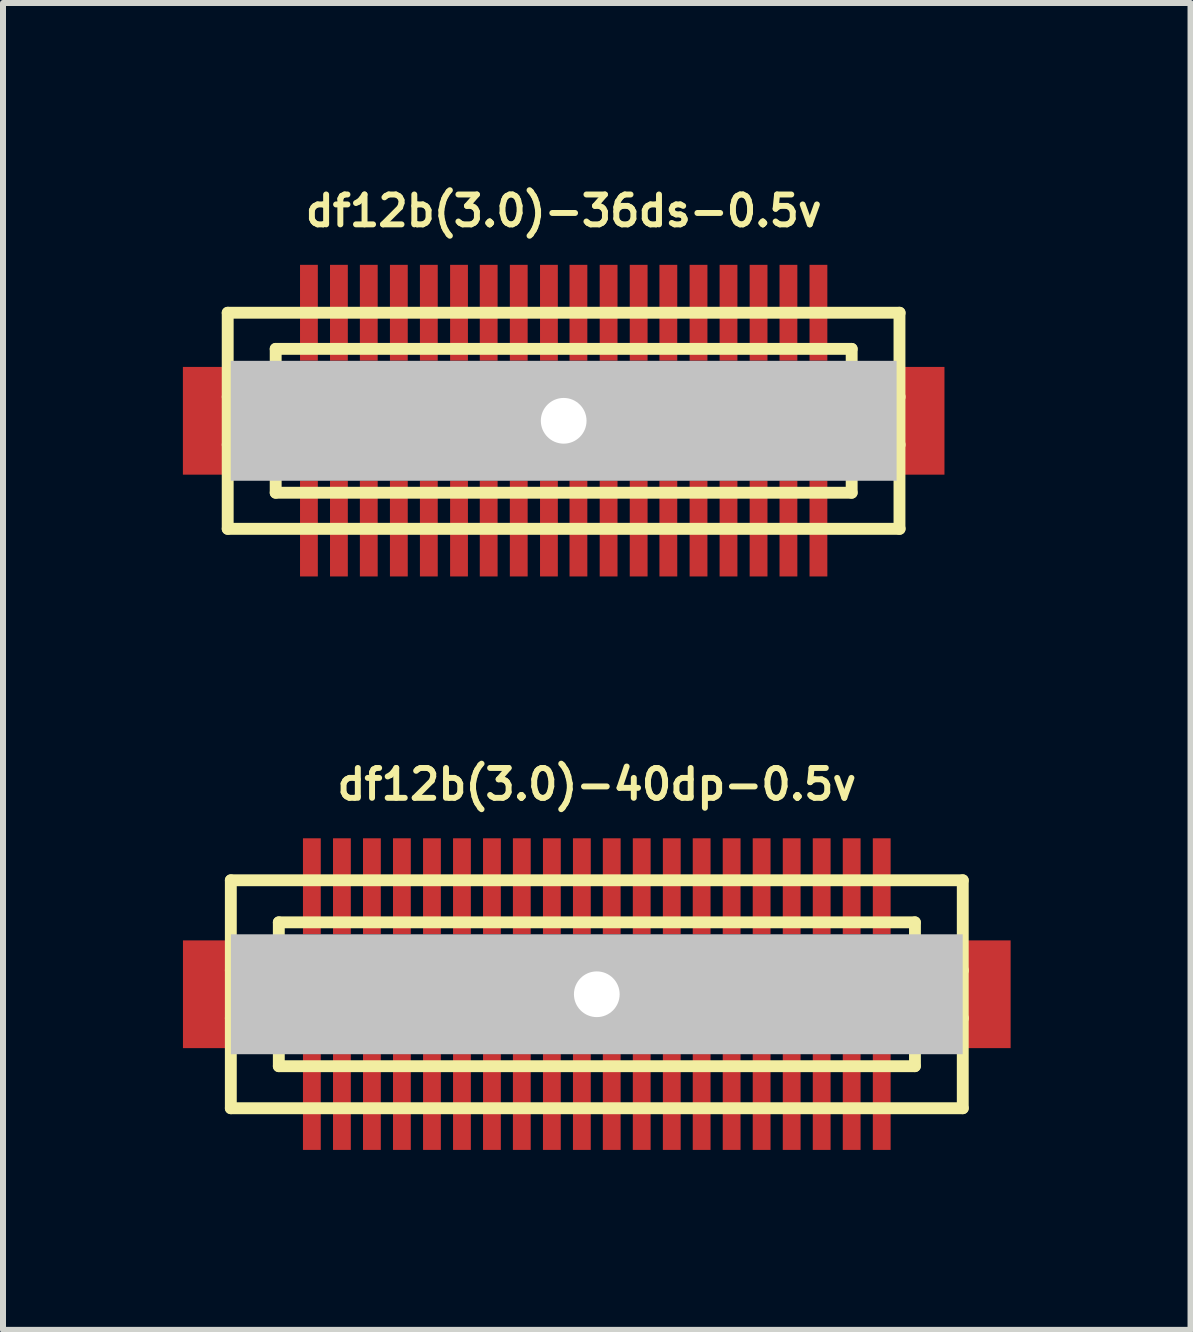
<source format=kicad_pcb>
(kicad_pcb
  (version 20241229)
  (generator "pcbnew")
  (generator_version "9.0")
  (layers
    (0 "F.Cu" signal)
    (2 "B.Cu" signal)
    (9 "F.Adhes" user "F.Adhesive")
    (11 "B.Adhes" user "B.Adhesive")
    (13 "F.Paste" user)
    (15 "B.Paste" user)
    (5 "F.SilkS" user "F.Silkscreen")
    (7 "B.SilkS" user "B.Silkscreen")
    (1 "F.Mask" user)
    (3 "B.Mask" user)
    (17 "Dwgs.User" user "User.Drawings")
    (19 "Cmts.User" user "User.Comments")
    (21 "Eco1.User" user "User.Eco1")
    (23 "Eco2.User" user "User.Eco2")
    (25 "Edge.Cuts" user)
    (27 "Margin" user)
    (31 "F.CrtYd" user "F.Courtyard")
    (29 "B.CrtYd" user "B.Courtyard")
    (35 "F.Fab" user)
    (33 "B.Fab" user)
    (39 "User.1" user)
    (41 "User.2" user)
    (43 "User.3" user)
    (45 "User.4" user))
  (footprint "df12b(3.0)-40dp-0.5v"
    (layer "F.Cu")
    (at 6.899 13.525)
    (property "Reference" "df12b(3.0)-40dp-0.5v" (at 0 -3.5 0) (layer "F.SilkS") (effects (font (size 0.498 0.498) (thickness 0.099))))
    (attr through_hole)
    (fp_line (start -6.101 -1.9) (end -6.101 1.9) (stroke (width 0.198) (type solid)) (layer "F.SilkS"))
    (fp_line (start -6.101 1.9) (end 6.101 1.9) (stroke (width 0.198) (type solid)) (layer "F.SilkS"))
    (fp_line (start -5.301 -1.199) (end 5.301 -1.199) (stroke (width 0.198) (type solid)) (layer "F.SilkS"))
    (fp_line (start -5.301 -0.399) (end -6.101 -0.399) (stroke (width 0.198) (type solid)) (layer "F.SilkS"))
    (fp_line (start -5.301 0.399) (end -6.101 0.399) (stroke (width 0.198) (type solid)) (layer "F.SilkS"))
    (fp_line (start -5.301 1.199) (end -5.301 -1.199) (stroke (width 0.198) (type solid)) (layer "F.SilkS"))
    (fp_line (start 5.301 1.199) (end -5.301 1.199) (stroke (width 0.198) (type solid)) (layer "F.SilkS"))
    (fp_line (start 5.304 -1.199) (end 5.304 1.199) (stroke (width 0.198) (type solid)) (layer "F.SilkS"))
    (fp_line (start 5.304 -0.399) (end 6.104 -0.399) (stroke (width 0.198) (type solid)) (layer "F.SilkS"))
    (fp_line (start 6.101 -1.9) (end -6.101 -1.9) (stroke (width 0.198) (type solid)) (layer "F.SilkS"))
    (fp_line (start 6.101 1.9) (end 6.101 -1.9) (stroke (width 0.198) (type solid)) (layer "F.SilkS"))
    (fp_line (start 6.104 0.399) (end 5.304 0.399) (stroke (width 0.198) (type solid)) (layer "F.SilkS"))
    (pad "" smd rect (at -6.5 0) (size 0.798 1.796) (layers "F.Cu" "F.Mask" "F.Paste"))
    (pad "" np_thru_hole rect (at 0 0) (size 12.2 1.999) (drill 0.762) (layers "Dwgs.User"))
    (pad "" smd rect (at 6.5 0) (size 0.798 1.796) (layers "F.Cu" "F.Mask" "F.Paste"))
    (pad "1" smd rect (at 4.75 1.796) (size 0.297 1.598) (layers "F.Cu" "F.Mask" "F.Paste"))
    (pad "2" smd rect (at 4.249 1.796) (size 0.297 1.598) (layers "F.Cu" "F.Mask" "F.Paste"))
    (pad "3" smd rect (at 3.749 1.796) (size 0.297 1.598) (layers "F.Cu" "F.Mask" "F.Paste"))
    (pad "4" smd rect (at 3.249 1.796) (size 0.297 1.598) (layers "F.Cu" "F.Mask" "F.Paste"))
    (pad "5" smd rect (at 2.748 1.796) (size 0.297 1.598) (layers "F.Cu" "F.Mask" "F.Paste"))
    (pad "6" smd rect (at 2.248 1.796) (size 0.297 1.598) (layers "F.Cu" "F.Mask" "F.Paste"))
    (pad "7" smd rect (at 1.748 1.796) (size 0.297 1.598) (layers "F.Cu" "F.Mask" "F.Paste"))
    (pad "8" smd rect (at 1.25 1.796) (size 0.297 1.598) (layers "F.Cu" "F.Mask" "F.Paste"))
    (pad "9" smd rect (at 0.749 1.796) (size 0.297 1.598) (layers "F.Cu" "F.Mask" "F.Paste"))
    (pad "10" smd rect (at 0.249 1.796) (size 0.297 1.598) (layers "F.Cu" "F.Mask" "F.Paste"))
    (pad "11" smd rect (at -0.249 1.796) (size 0.297 1.598) (layers "F.Cu" "F.Mask" "F.Paste"))
    (pad "12" smd rect (at -0.749 1.796) (size 0.297 1.598) (layers "F.Cu" "F.Mask" "F.Paste"))
    (pad "13" smd rect (at -1.25 1.796) (size 0.297 1.598) (layers "F.Cu" "F.Mask" "F.Paste"))
    (pad "14" smd rect (at -1.748 1.796) (size 0.297 1.598) (layers "F.Cu" "F.Mask" "F.Paste"))
    (pad "15" smd rect (at -2.248 1.796) (size 0.297 1.598) (layers "F.Cu" "F.Mask" "F.Paste"))
    (pad "16" smd rect (at -2.748 1.796) (size 0.297 1.598) (layers "F.Cu" "F.Mask" "F.Paste"))
    (pad "17" smd rect (at -3.249 1.796) (size 0.297 1.598) (layers "F.Cu" "F.Mask" "F.Paste"))
    (pad "18" smd rect (at -3.749 1.796) (size 0.297 1.598) (layers "F.Cu" "F.Mask" "F.Paste"))
    (pad "19" smd rect (at -4.249 1.796) (size 0.297 1.598) (layers "F.Cu" "F.Mask" "F.Paste"))
    (pad "20" smd rect (at -4.75 1.796) (size 0.297 1.598) (layers "F.Cu" "F.Mask" "F.Paste"))
    (pad "21" smd rect (at -4.75 -1.801) (size 0.297 1.598) (layers "F.Cu" "F.Mask" "F.Paste"))
    (pad "22" smd rect (at -4.249 -1.801) (size 0.297 1.598) (layers "F.Cu" "F.Mask" "F.Paste"))
    (pad "23" smd rect (at -3.749 -1.801) (size 0.297 1.598) (layers "F.Cu" "F.Mask" "F.Paste"))
    (pad "24" smd rect (at -3.249 -1.801) (size 0.297 1.598) (layers "F.Cu" "F.Mask" "F.Paste"))
    (pad "25" smd rect (at -2.748 -1.801) (size 0.297 1.598) (layers "F.Cu" "F.Mask" "F.Paste"))
    (pad "26" smd rect (at -2.248 -1.801) (size 0.297 1.598) (layers "F.Cu" "F.Mask" "F.Paste"))
    (pad "27" smd rect (at -1.748 -1.801) (size 0.297 1.598) (layers "F.Cu" "F.Mask" "F.Paste"))
    (pad "28" smd rect (at -1.25 -1.801) (size 0.297 1.598) (layers "F.Cu" "F.Mask" "F.Paste"))
    (pad "29" smd rect (at -0.749 -1.801) (size 0.297 1.598) (layers "F.Cu" "F.Mask" "F.Paste"))
    (pad "30" smd rect (at -0.249 -1.801) (size 0.297 1.598) (layers "F.Cu" "F.Mask" "F.Paste"))
    (pad "31" smd rect (at 0.249 -1.801) (size 0.297 1.598) (layers "F.Cu" "F.Mask" "F.Paste"))
    (pad "32" smd rect (at 0.749 -1.801) (size 0.297 1.598) (layers "F.Cu" "F.Mask" "F.Paste"))
    (pad "33" smd rect (at 1.25 -1.801) (size 0.297 1.598) (layers "F.Cu" "F.Mask" "F.Paste"))
    (pad "34" smd rect (at 1.748 -1.801) (size 0.297 1.598) (layers "F.Cu" "F.Mask" "F.Paste"))
    (pad "35" smd rect (at 2.248 -1.801) (size 0.297 1.598) (layers "F.Cu" "F.Mask" "F.Paste"))
    (pad "36" smd rect (at 2.748 -1.801) (size 0.297 1.598) (layers "F.Cu" "F.Mask" "F.Paste"))
    (pad "37" smd rect (at 3.249 -1.801) (size 0.297 1.598) (layers "F.Cu" "F.Mask" "F.Paste"))
    (pad "38" smd rect (at 3.749 -1.801) (size 0.297 1.598) (layers "F.Cu" "F.Mask" "F.Paste"))
    (pad "39" smd rect (at 4.249 -1.801) (size 0.297 1.598) (layers "F.Cu" "F.Mask" "F.Paste"))
    (pad "40" smd rect (at 4.75 -1.801) (size 0.297 1.598) (layers "F.Cu" "F.Mask" "F.Paste")))
  (footprint "df12b(3.0)-36ds-0.5v"
    (layer "F.Cu")
    (at 6.347 3.965)
    (property "Reference" "df12b(3.0)-36ds-0.5v" (at 0 -3.5 0) (layer "F.SilkS") (effects (font (size 0.498 0.498) (thickness 0.099))))
    (attr through_hole)
    (fp_line (start -5.601 -1.801) (end 5.601 -1.801) (stroke (width 0.198) (type solid)) (layer "F.SilkS"))
    (fp_line (start -5.601 1.801) (end -5.601 -1.801) (stroke (width 0.198) (type solid)) (layer "F.SilkS"))
    (fp_line (start -5.601 1.801) (end 5.601 1.801) (stroke (width 0.198) (type solid)) (layer "F.SilkS"))
    (fp_line (start -4.801 -1.199) (end 4.801 -1.199) (stroke (width 0.198) (type solid)) (layer "F.SilkS"))
    (fp_line (start -4.801 -0.701) (end 4.801 -0.701) (stroke (width 0.198) (type solid)) (layer "F.SilkS"))
    (fp_line (start -4.801 -0.399) (end -5.601 -0.399) (stroke (width 0.198) (type solid)) (layer "F.SilkS"))
    (fp_line (start -4.801 0.399) (end -5.601 0.399) (stroke (width 0.198) (type solid)) (layer "F.SilkS"))
    (fp_line (start -4.801 0.701) (end 4.801 0.701) (stroke (width 0.198) (type solid)) (layer "F.SilkS"))
    (fp_line (start -4.801 1.199) (end -4.801 -1.199) (stroke (width 0.198) (type solid)) (layer "F.SilkS"))
    (fp_line (start -4.801 1.199) (end 4.801 1.199) (stroke (width 0.198) (type solid)) (layer "F.SilkS"))
    (fp_line (start 4.801 -1.199) (end 4.801 1.199) (stroke (width 0.198) (type solid)) (layer "F.SilkS"))
    (fp_line (start 4.801 -0.399) (end 5.601 -0.399) (stroke (width 0.198) (type solid)) (layer "F.SilkS"))
    (fp_line (start 5.598 -1.801) (end 5.598 1.801) (stroke (width 0.198) (type solid)) (layer "F.SilkS"))
    (fp_line (start 5.601 0.399) (end 4.801 0.399) (stroke (width 0.198) (type solid)) (layer "F.SilkS"))
    (pad "" smd rect (at -5.949 0) (size 0.798 1.796) (layers "F.Cu" "F.Mask" "F.Paste"))
    (pad "" np_thru_hole rect (at 0 0) (size 11.1 1.999) (drill 0.762) (layers "Dwgs.User"))
    (pad "" smd rect (at 5.949 0) (size 0.798 1.796) (layers "F.Cu" "F.Mask" "F.Paste"))
    (pad "1" smd rect (at -4.247 1.796) (size 0.297 1.598) (layers "F.Cu" "F.Mask" "F.Paste"))
    (pad "2" smd rect (at -3.747 1.796) (size 0.297 1.598) (layers "F.Cu" "F.Mask" "F.Paste"))
    (pad "3" smd rect (at -3.249 1.796) (size 0.297 1.598) (layers "F.Cu" "F.Mask" "F.Paste"))
    (pad "4" smd rect (at -2.748 1.796) (size 0.297 1.598) (layers "F.Cu" "F.Mask" "F.Paste"))
    (pad "5" smd rect (at -2.248 1.796) (size 0.297 1.598) (layers "F.Cu" "F.Mask" "F.Paste"))
    (pad "6" smd rect (at -1.745 1.796) (size 0.297 1.598) (layers "F.Cu" "F.Mask" "F.Paste"))
    (pad "7" smd rect (at -1.25 1.796) (size 0.297 1.598) (layers "F.Cu" "F.Mask" "F.Paste"))
    (pad "8" smd rect (at -0.749 1.796) (size 0.297 1.598) (layers "F.Cu" "F.Mask" "F.Paste"))
    (pad "9" smd rect (at -0.246 1.796) (size 0.297 1.598) (layers "F.Cu" "F.Mask" "F.Paste"))
    (pad "10" smd rect (at 0.246 1.796) (size 0.297 1.598) (layers "F.Cu" "F.Mask" "F.Paste"))
    (pad "11" smd rect (at 0.749 1.796) (size 0.297 1.598) (layers "F.Cu" "F.Mask" "F.Paste"))
    (pad "12" smd rect (at 1.25 1.796) (size 0.297 1.598) (layers "F.Cu" "F.Mask" "F.Paste"))
    (pad "13" smd rect (at 1.745 1.796) (size 0.297 1.598) (layers "F.Cu" "F.Mask" "F.Paste"))
    (pad "14" smd rect (at 2.248 1.796) (size 0.297 1.598) (layers "F.Cu" "F.Mask" "F.Paste"))
    (pad "15" smd rect (at 2.748 1.796) (size 0.297 1.598) (layers "F.Cu" "F.Mask" "F.Paste"))
    (pad "16" smd rect (at 3.249 1.796) (size 0.297 1.598) (layers "F.Cu" "F.Mask" "F.Paste"))
    (pad "17" smd rect (at 3.747 1.796) (size 0.297 1.598) (layers "F.Cu" "F.Mask" "F.Paste"))
    (pad "18" smd rect (at 4.247 1.796) (size 0.297 1.598) (layers "F.Cu" "F.Mask" "F.Paste"))
    (pad "19" smd rect (at 4.247 -1.801) (size 0.297 1.598) (layers "F.Cu" "F.Mask" "F.Paste"))
    (pad "20" smd rect (at 3.747 -1.801) (size 0.297 1.598) (layers "F.Cu" "F.Mask" "F.Paste"))
    (pad "21" smd rect (at 3.249 -1.801) (size 0.297 1.598) (layers "F.Cu" "F.Mask" "F.Paste"))
    (pad "22" smd rect (at 2.748 -1.801) (size 0.297 1.598) (layers "F.Cu" "F.Mask" "F.Paste"))
    (pad "23" smd rect (at 2.248 -1.801) (size 0.297 1.598) (layers "F.Cu" "F.Mask" "F.Paste"))
    (pad "24" smd rect (at 1.745 -1.801) (size 0.297 1.598) (layers "F.Cu" "F.Mask" "F.Paste"))
    (pad "25" smd rect (at 1.25 -1.801) (size 0.297 1.598) (layers "F.Cu" "F.Mask" "F.Paste"))
    (pad "26" smd rect (at 0.749 -1.801) (size 0.297 1.598) (layers "F.Cu" "F.Mask" "F.Paste"))
    (pad "27" smd rect (at 0.246 -1.801) (size 0.297 1.598) (layers "F.Cu" "F.Mask" "F.Paste"))
    (pad "28" smd rect (at -0.246 -1.801) (size 0.297 1.598) (layers "F.Cu" "F.Mask" "F.Paste"))
    (pad "29" smd rect (at -0.749 -1.801) (size 0.297 1.598) (layers "F.Cu" "F.Mask" "F.Paste"))
    (pad "30" smd rect (at -1.25 -1.801) (size 0.297 1.598) (layers "F.Cu" "F.Mask" "F.Paste"))
    (pad "31" smd rect (at -1.745 -1.801) (size 0.297 1.598) (layers "F.Cu" "F.Mask" "F.Paste"))
    (pad "32" smd rect (at -2.248 -1.801) (size 0.297 1.598) (layers "F.Cu" "F.Mask" "F.Paste"))
    (pad "33" smd rect (at -2.748 -1.801) (size 0.297 1.598) (layers "F.Cu" "F.Mask" "F.Paste"))
    (pad "34" smd rect (at -3.249 -1.801) (size 0.297 1.598) (layers "F.Cu" "F.Mask" "F.Paste"))
    (pad "35" smd rect (at -3.747 -1.801) (size 0.297 1.598) (layers "F.Cu" "F.Mask" "F.Paste"))
    (pad "36" smd rect (at -4.247 -1.801) (size 0.297 1.598) (layers "F.Cu" "F.Mask" "F.Paste")))
  (gr_rect
    (start -3 -3)
    (end 16.797 19.12)
    (stroke (width 0.1) (type default))
    (fill no)
    (layer "Edge.Cuts")))
</source>
